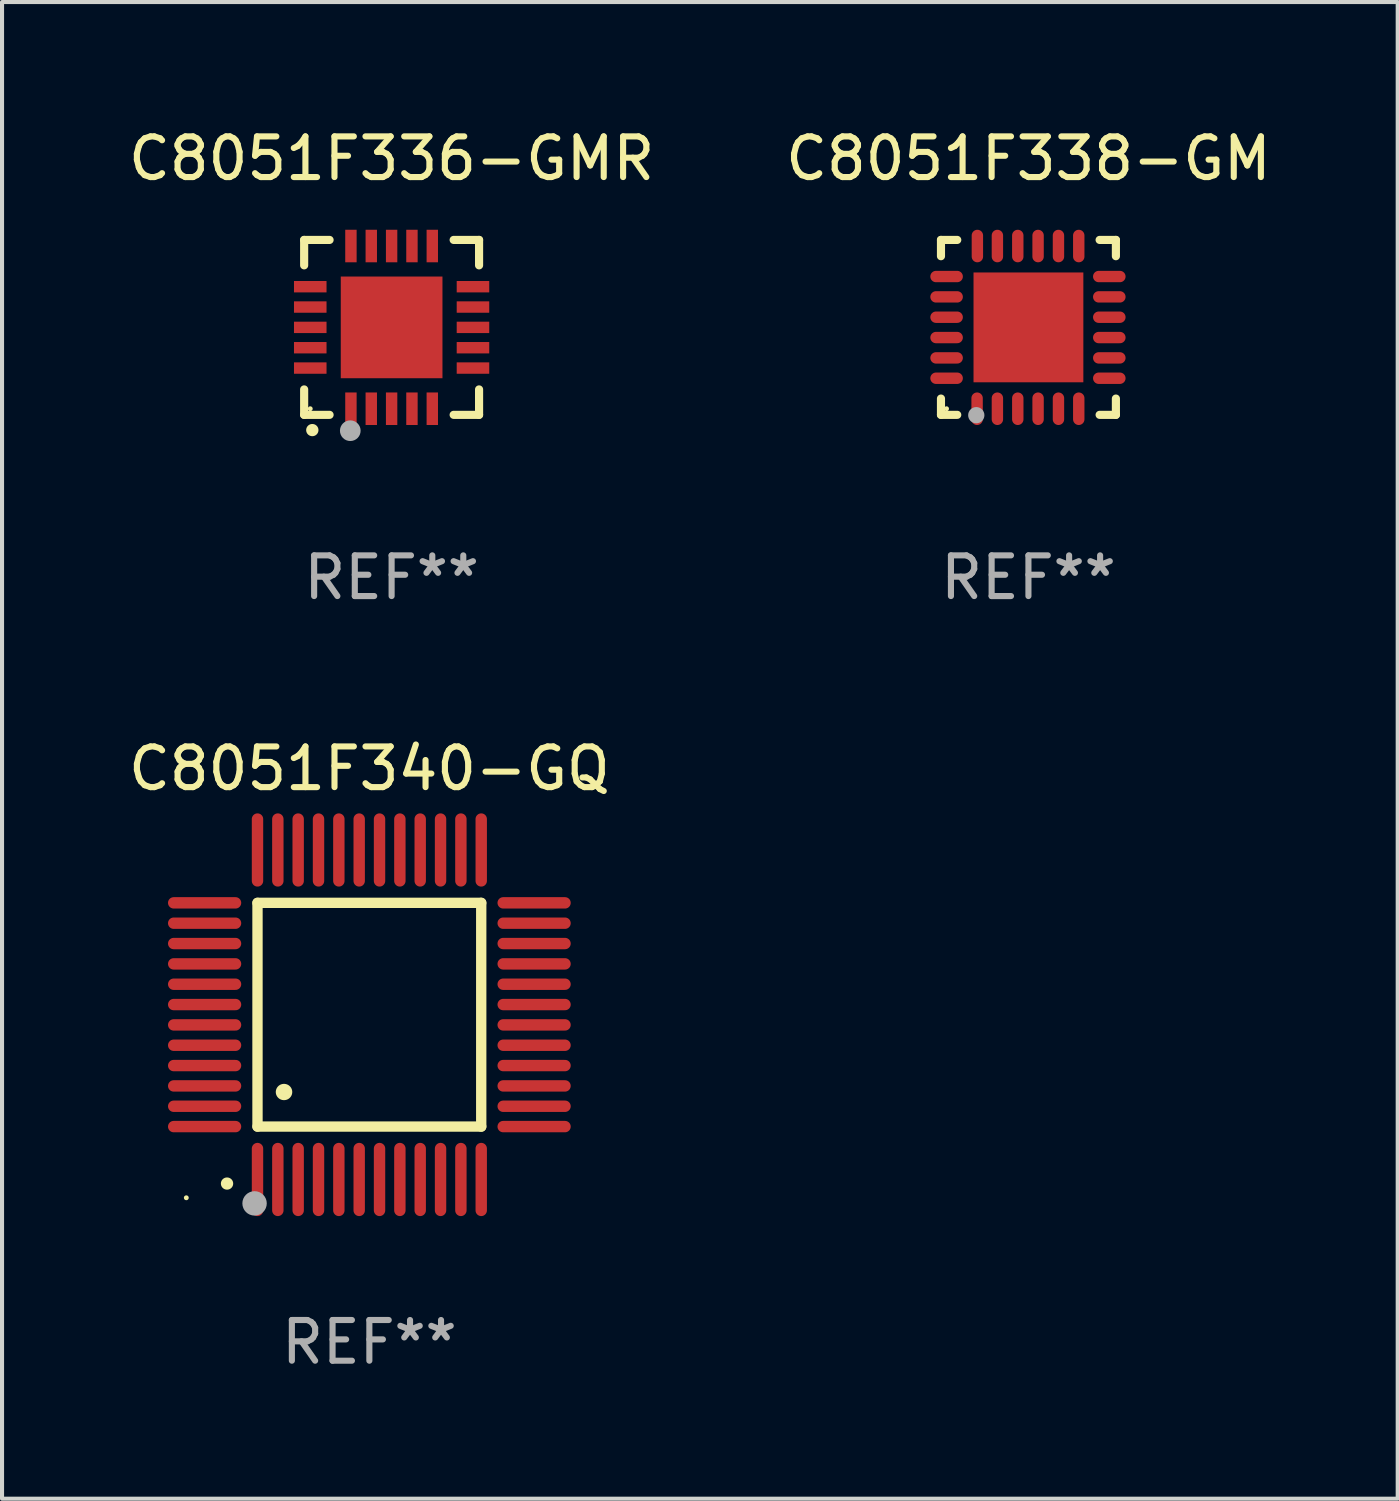
<source format=kicad_pcb>
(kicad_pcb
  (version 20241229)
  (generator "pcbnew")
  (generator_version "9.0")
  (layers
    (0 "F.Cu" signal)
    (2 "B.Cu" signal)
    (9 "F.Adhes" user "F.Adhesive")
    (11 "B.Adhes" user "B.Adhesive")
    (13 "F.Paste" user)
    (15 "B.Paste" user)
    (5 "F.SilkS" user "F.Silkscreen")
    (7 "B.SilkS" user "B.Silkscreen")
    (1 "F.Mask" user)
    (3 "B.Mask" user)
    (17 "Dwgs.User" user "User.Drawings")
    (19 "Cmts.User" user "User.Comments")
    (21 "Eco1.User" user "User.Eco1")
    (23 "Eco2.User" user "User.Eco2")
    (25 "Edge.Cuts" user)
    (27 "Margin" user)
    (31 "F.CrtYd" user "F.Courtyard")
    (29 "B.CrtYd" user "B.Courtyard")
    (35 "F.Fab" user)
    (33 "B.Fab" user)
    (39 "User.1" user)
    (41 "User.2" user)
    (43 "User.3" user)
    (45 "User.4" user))
  (footprint "C8051F340-GQ"
    (layer "F.Cu")
    (at 6.03 21.895)
    (property "Reference" "C8051F340-GQ" (at 0 -6.05 0) (layer "F.SilkS") (effects (font (size 1 1) (thickness 0.15))))
    (attr through_hole)
    (fp_line (start -2.75 -2.75) (end 2.75 -2.75) (stroke (width 0.254) (type solid)) (layer "F.SilkS"))
    (fp_line (start -2.75 2.75) (end -2.75 -2.75) (stroke (width 0.254) (type solid)) (layer "F.SilkS"))
    (fp_line (start 2.75 -2.75) (end 2.75 2.75) (stroke (width 0.254) (type solid)) (layer "F.SilkS"))
    (fp_line (start 2.75 2.75) (end -2.75 2.75) (stroke (width 0.254) (type solid)) (layer "F.SilkS"))
    (fp_arc (start -3.500127 4.150368) (mid -3.498857 4.150363) (end -3.497587 4.150368) (stroke (width 0.3) (type solid)) (layer "F.SilkS"))
    (fp_arc (start -2.100584 1.899924) (mid -2.098044 1.899908) (end -2.095504 1.899924) (stroke (width 0.4) (type solid)) (layer "F.SilkS"))
    (fp_circle (center -4.5 4.5) (end -4.47 4.5) (stroke (width 0.06) (type solid)) (fill no) (layer "F.SilkS"))
    (fp_circle (center -2.822 4.638) (end -2.672 4.638) (stroke (width 0.3) (type solid)) (fill no) (layer "F.Fab"))
    (fp_text user "REF**" (at 0 8.05 0) (layer "F.Fab") (effects (font (size 1 1) (thickness 0.15))))
    (pad "1" smd oval (at -2.75 4.05) (size 0.28 1.8) (layers "F.Cu" "F.Mask" "F.Paste"))
    (pad "2" smd oval (at -2.25 4.05) (size 0.28 1.8) (layers "F.Cu" "F.Mask" "F.Paste"))
    (pad "3" smd oval (at -1.75 4.05) (size 0.28 1.8) (layers "F.Cu" "F.Mask" "F.Paste"))
    (pad "4" smd oval (at -1.25 4.05) (size 0.28 1.8) (layers "F.Cu" "F.Mask" "F.Paste"))
    (pad "5" smd oval (at -0.75 4.05) (size 0.28 1.8) (layers "F.Cu" "F.Mask" "F.Paste"))
    (pad "6" smd oval (at -0.25 4.05) (size 0.28 1.8) (layers "F.Cu" "F.Mask" "F.Paste"))
    (pad "7" smd oval (at 0.25 4.05) (size 0.28 1.8) (layers "F.Cu" "F.Mask" "F.Paste"))
    (pad "8" smd oval (at 0.75 4.05) (size 0.28 1.8) (layers "F.Cu" "F.Mask" "F.Paste"))
    (pad "9" smd oval (at 1.25 4.05) (size 0.28 1.8) (layers "F.Cu" "F.Mask" "F.Paste"))
    (pad "10" smd oval (at 1.75 4.05) (size 0.28 1.8) (layers "F.Cu" "F.Mask" "F.Paste"))
    (pad "11" smd oval (at 2.25 4.05) (size 0.28 1.8) (layers "F.Cu" "F.Mask" "F.Paste"))
    (pad "12" smd oval (at 2.75 4.05) (size 0.28 1.8) (layers "F.Cu" "F.Mask" "F.Paste"))
    (pad "13" smd oval (at 4.05 2.75) (size 1.8 0.28) (layers "F.Cu" "F.Mask" "F.Paste"))
    (pad "14" smd oval (at 4.05 2.25) (size 1.8 0.28) (layers "F.Cu" "F.Mask" "F.Paste"))
    (pad "15" smd oval (at 4.05 1.75) (size 1.8 0.28) (layers "F.Cu" "F.Mask" "F.Paste"))
    (pad "16" smd oval (at 4.05 1.25) (size 1.8 0.28) (layers "F.Cu" "F.Mask" "F.Paste"))
    (pad "17" smd oval (at 4.05 0.75) (size 1.8 0.28) (layers "F.Cu" "F.Mask" "F.Paste"))
    (pad "18" smd oval (at 4.05 0.25) (size 1.8 0.28) (layers "F.Cu" "F.Mask" "F.Paste"))
    (pad "19" smd oval (at 4.05 -0.25) (size 1.8 0.28) (layers "F.Cu" "F.Mask" "F.Paste"))
    (pad "20" smd oval (at 4.05 -0.75) (size 1.8 0.28) (layers "F.Cu" "F.Mask" "F.Paste"))
    (pad "21" smd oval (at 4.05 -1.25) (size 1.8 0.28) (layers "F.Cu" "F.Mask" "F.Paste"))
    (pad "22" smd oval (at 4.05 -1.75) (size 1.8 0.28) (layers "F.Cu" "F.Mask" "F.Paste"))
    (pad "23" smd oval (at 4.05 -2.25) (size 1.8 0.28) (layers "F.Cu" "F.Mask" "F.Paste"))
    (pad "24" smd oval (at 4.05 -2.75) (size 1.8 0.28) (layers "F.Cu" "F.Mask" "F.Paste"))
    (pad "25" smd oval (at 2.75 -4.05) (size 0.28 1.8) (layers "F.Cu" "F.Mask" "F.Paste"))
    (pad "26" smd oval (at 2.25 -4.05) (size 0.28 1.8) (layers "F.Cu" "F.Mask" "F.Paste"))
    (pad "27" smd oval (at 1.75 -4.05) (size 0.28 1.8) (layers "F.Cu" "F.Mask" "F.Paste"))
    (pad "28" smd oval (at 1.25 -4.05) (size 0.28 1.8) (layers "F.Cu" "F.Mask" "F.Paste"))
    (pad "29" smd oval (at 0.75 -4.05) (size 0.28 1.8) (layers "F.Cu" "F.Mask" "F.Paste"))
    (pad "30" smd oval (at 0.25 -4.05) (size 0.28 1.8) (layers "F.Cu" "F.Mask" "F.Paste"))
    (pad "31" smd oval (at -0.25 -4.05) (size 0.28 1.8) (layers "F.Cu" "F.Mask" "F.Paste"))
    (pad "32" smd oval (at -0.75 -4.05) (size 0.28 1.8) (layers "F.Cu" "F.Mask" "F.Paste"))
    (pad "33" smd oval (at -1.25 -4.05) (size 0.28 1.8) (layers "F.Cu" "F.Mask" "F.Paste"))
    (pad "34" smd oval (at -1.75 -4.05) (size 0.28 1.8) (layers "F.Cu" "F.Mask" "F.Paste"))
    (pad "35" smd oval (at -2.25 -4.05) (size 0.28 1.8) (layers "F.Cu" "F.Mask" "F.Paste"))
    (pad "36" smd oval (at -2.75 -4.05) (size 0.28 1.8) (layers "F.Cu" "F.Mask" "F.Paste"))
    (pad "37" smd oval (at -4.05 -2.75) (size 1.8 0.28) (layers "F.Cu" "F.Mask" "F.Paste"))
    (pad "38" smd oval (at -4.05 -2.25) (size 1.8 0.28) (layers "F.Cu" "F.Mask" "F.Paste"))
    (pad "39" smd oval (at -4.05 -1.75) (size 1.8 0.28) (layers "F.Cu" "F.Mask" "F.Paste"))
    (pad "40" smd oval (at -4.05 -1.25) (size 1.8 0.28) (layers "F.Cu" "F.Mask" "F.Paste"))
    (pad "41" smd oval (at -4.05 -0.75) (size 1.8 0.28) (layers "F.Cu" "F.Mask" "F.Paste"))
    (pad "42" smd oval (at -4.05 -0.25) (size 1.8 0.28) (layers "F.Cu" "F.Mask" "F.Paste"))
    (pad "43" smd oval (at -4.05 0.25) (size 1.8 0.28) (layers "F.Cu" "F.Mask" "F.Paste"))
    (pad "44" smd oval (at -4.05 0.75) (size 1.8 0.28) (layers "F.Cu" "F.Mask" "F.Paste"))
    (pad "45" smd oval (at -4.05 1.25) (size 1.8 0.28) (layers "F.Cu" "F.Mask" "F.Paste"))
    (pad "46" smd oval (at -4.05 1.75) (size 1.8 0.28) (layers "F.Cu" "F.Mask" "F.Paste"))
    (pad "47" smd oval (at -4.05 2.25) (size 1.8 0.28) (layers "F.Cu" "F.Mask" "F.Paste"))
    (pad "48" smd oval (at -4.05 2.75) (size 1.8 0.28) (layers "F.Cu" "F.Mask" "F.Paste")))
  (footprint "C8051F336-GMR"
    (layer "F.Cu")
    (at 6.577 4.998)
    (property "Reference" "C8051F336-GMR" (at 0 -4.15 0) (layer "F.SilkS") (effects (font (size 1 1) (thickness 0.15))))
    (attr through_hole)
    (fp_line (start -2.15 -2.15) (end -2.15 -1.525) (stroke (width 0.2) (type solid)) (layer "F.SilkS"))
    (fp_line (start -2.15 2.15) (end -2.15 1.525) (stroke (width 0.2) (type solid)) (layer "F.SilkS"))
    (fp_line (start -1.525 -2.15) (end -2.15 -2.15) (stroke (width 0.2) (type solid)) (layer "F.SilkS"))
    (fp_line (start -1.525 2.15) (end -2.15 2.15) (stroke (width 0.2) (type solid)) (layer "F.SilkS"))
    (fp_line (start 1.525 2.15) (end 2.15 2.15) (stroke (width 0.2) (type solid)) (layer "F.SilkS"))
    (fp_line (start 2.15 -2.15) (end 1.525 -2.15) (stroke (width 0.2) (type solid)) (layer "F.SilkS"))
    (fp_line (start 2.15 -1.525) (end 2.15 -2.15) (stroke (width 0.2) (type solid)) (layer "F.SilkS"))
    (fp_line (start 2.15 2.15) (end 2.15 1.525) (stroke (width 0.2) (type solid)) (layer "F.SilkS"))
    (fp_arc (start -1.950724 2.524765) (mid -1.949454 2.52476) (end -1.948184 2.524765) (stroke (width 0.3) (type solid)) (layer "F.SilkS"))
    (fp_circle (center -2 2) (end -1.97 2) (stroke (width 0.06) (type solid)) (fill no) (layer "F.SilkS"))
    (fp_circle (center -1.016 2.54) (end -0.889 2.54) (stroke (width 0.254) (type solid)) (fill no) (layer "F.Fab"))
    (fp_text user "REF**" (at 0 6.15 0) (layer "F.Fab") (effects (font (size 1 1) (thickness 0.15))))
    (pad "1" smd rect (at -1 2) (size 0.28 0.8) (layers "F.Cu" "F.Mask" "F.Paste"))
    (pad "2" smd rect (at -0.5 2) (size 0.28 0.8) (layers "F.Cu" "F.Mask" "F.Paste"))
    (pad "3" smd rect (at 0 2) (size 0.28 0.8) (layers "F.Cu" "F.Mask" "F.Paste"))
    (pad "4" smd rect (at 0.5 2) (size 0.28 0.8) (layers "F.Cu" "F.Mask" "F.Paste"))
    (pad "5" smd rect (at 1 2) (size 0.28 0.8) (layers "F.Cu" "F.Mask" "F.Paste"))
    (pad "6" smd rect (at 2 1) (size 0.8 0.28) (layers "F.Cu" "F.Mask" "F.Paste"))
    (pad "7" smd rect (at 2 0.5) (size 0.8 0.28) (layers "F.Cu" "F.Mask" "F.Paste"))
    (pad "8" smd rect (at 2 0) (size 0.8 0.28) (layers "F.Cu" "F.Mask" "F.Paste"))
    (pad "9" smd rect (at 2 -0.5) (size 0.8 0.28) (layers "F.Cu" "F.Mask" "F.Paste"))
    (pad "10" smd rect (at 2 -1) (size 0.8 0.28) (layers "F.Cu" "F.Mask" "F.Paste"))
    (pad "11" smd rect (at 1 -2) (size 0.28 0.8) (layers "F.Cu" "F.Mask" "F.Paste"))
    (pad "12" smd rect (at 0.5 -2) (size 0.28 0.8) (layers "F.Cu" "F.Mask" "F.Paste"))
    (pad "13" smd rect (at 0 -2) (size 0.28 0.8) (layers "F.Cu" "F.Mask" "F.Paste"))
    (pad "14" smd rect (at -0.5 -2) (size 0.28 0.8) (layers "F.Cu" "F.Mask" "F.Paste"))
    (pad "15" smd rect (at -1 -2) (size 0.28 0.8) (layers "F.Cu" "F.Mask" "F.Paste"))
    (pad "16" smd rect (at -2 -1) (size 0.8 0.28) (layers "F.Cu" "F.Mask" "F.Paste"))
    (pad "17" smd rect (at -2 -0.5) (size 0.8 0.28) (layers "F.Cu" "F.Mask" "F.Paste"))
    (pad "18" smd rect (at -2 0) (size 0.8 0.28) (layers "F.Cu" "F.Mask" "F.Paste"))
    (pad "19" smd rect (at -2 0.5) (size 0.8 0.28) (layers "F.Cu" "F.Mask" "F.Paste"))
    (pad "20" smd rect (at -2 1) (size 0.8 0.28) (layers "F.Cu" "F.Mask" "F.Paste"))
    (pad "21" smd rect (at 0 0) (size 2.5 2.5) (layers "F.Cu" "F.Mask" "F.Paste")))
  (footprint "C8051F338-GM"
    (layer "F.Cu")
    (at 22.232 4.998)
    (property "Reference" "C8051F338-GM" (at 0 -4.15 0) (layer "F.SilkS") (effects (font (size 1 1) (thickness 0.15))))
    (attr through_hole)
    (fp_line (start -2.15 -2.15) (end -1.75 -2.15) (stroke (width 0.2) (type solid)) (layer "F.SilkS"))
    (fp_line (start -2.15 -1.75) (end -2.15 -2.15) (stroke (width 0.2) (type solid)) (layer "F.SilkS"))
    (fp_line (start -2.15 2.15) (end -2.15 1.75) (stroke (width 0.2) (type solid)) (layer "F.SilkS"))
    (fp_line (start -1.75 2.15) (end -2.15 2.15) (stroke (width 0.2) (type solid)) (layer "F.SilkS"))
    (fp_line (start 2.15 -2.15) (end 1.75 -2.15) (stroke (width 0.2) (type solid)) (layer "F.SilkS"))
    (fp_line (start 2.15 -1.75) (end 2.15 -2.15) (stroke (width 0.2) (type solid)) (layer "F.SilkS"))
    (fp_line (start 2.15 1.75) (end 2.15 2.15) (stroke (width 0.2) (type solid)) (layer "F.SilkS"))
    (fp_line (start 2.15 2.15) (end 1.75 2.15) (stroke (width 0.2) (type solid)) (layer "F.SilkS"))
    (fp_circle (center -2.013 2) (end -1.983 2) (stroke (width 0.06) (type solid)) (fill no) (layer "F.SilkS"))
    (fp_circle (center -1.282 2.159) (end -1.182 2.159) (stroke (width 0.2) (type solid)) (fill no) (layer "F.Fab"))
    (fp_text user "REF**" (at 0 6.15 0) (layer "F.Fab") (effects (font (size 1 1) (thickness 0.15))))
    (pad "1" smd oval (at -1.262 2) (size 0.28 0.8) (layers "F.Cu" "F.Mask" "F.Paste"))
    (pad "2" smd oval (at -0.763 2) (size 0.28 0.8) (layers "F.Cu" "F.Mask" "F.Paste"))
    (pad "3" smd oval (at -0.262 2) (size 0.28 0.8) (layers "F.Cu" "F.Mask" "F.Paste"))
    (pad "4" smd oval (at 0.237 2) (size 0.28 0.8) (layers "F.Cu" "F.Mask" "F.Paste"))
    (pad "5" smd oval (at 0.738 2) (size 0.28 0.8) (layers "F.Cu" "F.Mask" "F.Paste"))
    (pad "6" smd oval (at 1.237 2) (size 0.28 0.8) (layers "F.Cu" "F.Mask" "F.Paste"))
    (pad "7" smd oval (at 1.988 1.25) (size 0.8 0.28) (layers "F.Cu" "F.Mask" "F.Paste"))
    (pad "8" smd oval (at 1.988 0.75) (size 0.8 0.28) (layers "F.Cu" "F.Mask" "F.Paste"))
    (pad "9" smd oval (at 1.988 0.25) (size 0.8 0.28) (layers "F.Cu" "F.Mask" "F.Paste"))
    (pad "10" smd oval (at 1.988 -0.25) (size 0.8 0.28) (layers "F.Cu" "F.Mask" "F.Paste"))
    (pad "11" smd oval (at 1.988 -0.75) (size 0.8 0.28) (layers "F.Cu" "F.Mask" "F.Paste"))
    (pad "12" smd oval (at 1.988 -1.25) (size 0.8 0.28) (layers "F.Cu" "F.Mask" "F.Paste"))
    (pad "13" smd oval (at 1.237 -2) (size 0.28 0.8) (layers "F.Cu" "F.Mask" "F.Paste"))
    (pad "14" smd oval (at 0.738 -2) (size 0.28 0.8) (layers "F.Cu" "F.Mask" "F.Paste"))
    (pad "15" smd oval (at 0.237 -2) (size 0.28 0.8) (layers "F.Cu" "F.Mask" "F.Paste"))
    (pad "16" smd oval (at -0.262 -2) (size 0.28 0.8) (layers "F.Cu" "F.Mask" "F.Paste"))
    (pad "17" smd oval (at -0.763 -2) (size 0.28 0.8) (layers "F.Cu" "F.Mask" "F.Paste"))
    (pad "18" smd oval (at -1.255 -2) (size 0.28 0.8) (layers "F.Cu" "F.Mask" "F.Paste"))
    (pad "19" smd oval (at -2.012 -1.25) (size 0.8 0.28) (layers "F.Cu" "F.Mask" "F.Paste"))
    (pad "20" smd oval (at -2.012 -0.75) (size 0.8 0.28) (layers "F.Cu" "F.Mask" "F.Paste"))
    (pad "21" smd oval (at -2.012 -0.25) (size 0.8 0.28) (layers "F.Cu" "F.Mask" "F.Paste"))
    (pad "22" smd oval (at -2.012 0.25) (size 0.8 0.28) (layers "F.Cu" "F.Mask" "F.Paste"))
    (pad "23" smd oval (at -2.012 0.75) (size 0.8 0.28) (layers "F.Cu" "F.Mask" "F.Paste"))
    (pad "24" smd oval (at -2.012 1.25) (size 0.8 0.28) (layers "F.Cu" "F.Mask" "F.Paste"))
    (pad "25" smd rect (at -0.000013 -0.000025) (size 2.7 2.7) (layers "F.Cu" "F.Mask" "F.Paste")))
  (gr_rect
    (start -3 -3)
    (end 31.31 33.793)
    (stroke (width 0.1) (type default))
    (fill no)
    (layer "Edge.Cuts")))
</source>
